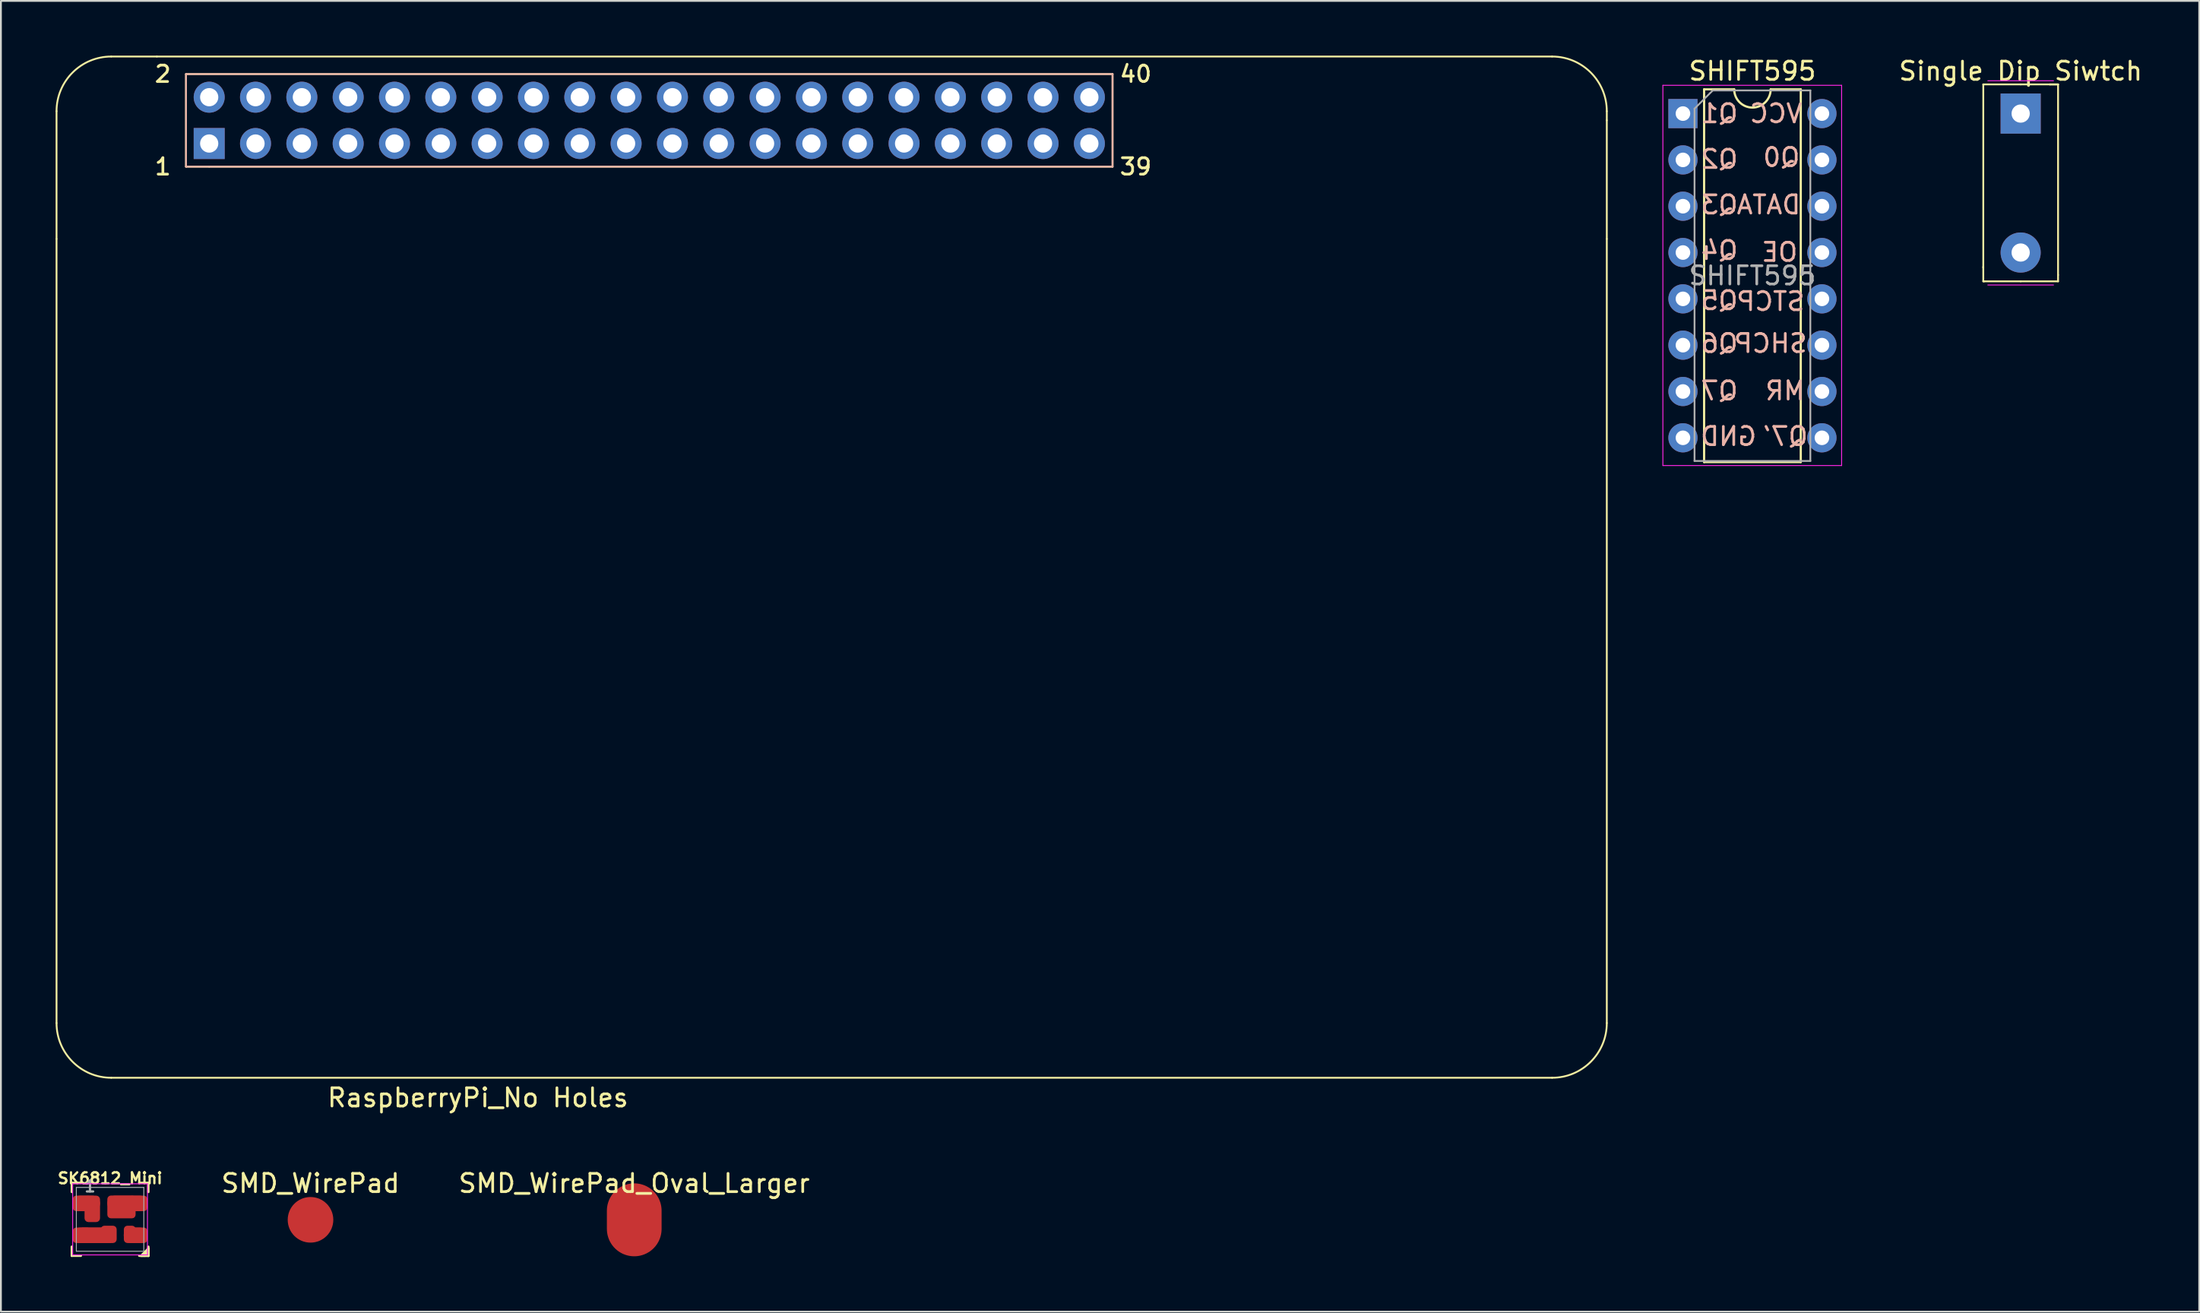
<source format=kicad_pcb>
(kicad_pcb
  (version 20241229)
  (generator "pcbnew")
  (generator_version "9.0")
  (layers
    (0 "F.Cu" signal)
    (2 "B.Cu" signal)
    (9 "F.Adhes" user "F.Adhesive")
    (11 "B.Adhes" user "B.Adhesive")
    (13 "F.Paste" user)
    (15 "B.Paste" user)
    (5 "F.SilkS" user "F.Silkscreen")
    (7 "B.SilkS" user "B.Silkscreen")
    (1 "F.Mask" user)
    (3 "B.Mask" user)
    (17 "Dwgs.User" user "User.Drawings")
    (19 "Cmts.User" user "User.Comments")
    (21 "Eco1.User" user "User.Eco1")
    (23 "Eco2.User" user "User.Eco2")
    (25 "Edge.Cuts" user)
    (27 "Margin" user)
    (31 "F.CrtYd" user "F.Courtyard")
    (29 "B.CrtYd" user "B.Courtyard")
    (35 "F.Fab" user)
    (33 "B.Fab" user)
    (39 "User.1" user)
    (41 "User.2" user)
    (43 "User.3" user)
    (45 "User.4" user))
  (footprint "RaspberryPi_No Holes"
    (layer "F.Cu")
    (at 42.55 31.55)
    (property "Reference" "RaspberryPi_No Holes" (at -19.398 25.594 0) (layer "F.SilkS") (effects (font (size 1 1) (thickness 0.15))))
    (attr through_hole)
    (fp_line (start -42.5 -21.5) (end -42.5 -28.5) (stroke (width 0.1) (type solid)) (layer "F.SilkS"))
    (fp_line (start -42.5 21.5) (end -42.5 -21.5) (stroke (width 0.1) (type solid)) (layer "F.SilkS"))
    (fp_line (start -39.5 -31.5) (end -37 -31.5) (stroke (width 0.1) (type solid)) (layer "F.SilkS"))
    (fp_line (start -35.4 -30.54) (end -35.4 -25.46) (stroke (width 0.1) (type solid)) (layer "F.SilkS"))
    (fp_line (start -35.4 -25.46) (end -34.13 -25.46) (stroke (width 0.1) (type solid)) (layer "F.SilkS"))
    (fp_line (start -34.13 -25.46) (end 15.4 -25.46) (stroke (width 0.1) (type solid)) (layer "F.SilkS"))
    (fp_line (start 15.4 -30.54) (end -35.4 -30.54) (stroke (width 0.1) (type solid)) (layer "F.SilkS"))
    (fp_line (start 15.4 -25.46) (end 15.4 -30.54) (stroke (width 0.1) (type solid)) (layer "F.SilkS"))
    (fp_line (start 39.5 -31.5) (end -37 -31.5) (stroke (width 0.1) (type solid)) (layer "F.SilkS"))
    (fp_line (start 39.5 24.5) (end -39.5 24.5) (stroke (width 0.1) (type solid)) (layer "F.SilkS"))
    (fp_line (start 42.5 -28) (end 42.5 -28.5) (stroke (width 0.1) (type solid)) (layer "F.SilkS"))
    (fp_line (start 42.5 -21.5) (end 42.5 -28) (stroke (width 0.1) (type solid)) (layer "F.SilkS"))
    (fp_line (start 42.5 -21.5) (end 42.5 21.5) (stroke (width 0.1) (type solid)) (layer "F.SilkS"))
    (fp_arc (start -42.5 -28.5) (mid -41.62132 -30.62132) (end -39.5 -31.5) (stroke (width 0.1) (type solid)) (layer "F.SilkS"))
    (fp_arc (start -39.5 24.5) (mid -41.62132 23.62132) (end -42.5 21.5) (stroke (width 0.1) (type solid)) (layer "F.SilkS"))
    (fp_arc (start 39.5 -31.5) (mid 41.62132 -30.62132) (end 42.5 -28.5) (stroke (width 0.1) (type solid)) (layer "F.SilkS"))
    (fp_arc (start 42.5 21.5) (mid 41.62132 23.62132) (end 39.5 24.5) (stroke (width 0.1) (type solid)) (layer "F.SilkS"))
    (fp_line (start -35.4 -30.54) (end 15.4 -30.54) (stroke (width 0.1) (type solid)) (layer "B.SilkS"))
    (fp_line (start -35.4 -25.46) (end -35.4 -30.54) (stroke (width 0.1) (type solid)) (layer "B.SilkS"))
    (fp_line (start 15.4 -30.54) (end 15.4 -25.46) (stroke (width 0.1) (type solid)) (layer "B.SilkS"))
    (fp_line (start 15.4 -25.46) (end -35.4 -25.46) (stroke (width 0.1) (type solid)) (layer "B.SilkS"))
    (fp_text user "1" (at -36.67 -25.46 0) (layer "F.SilkS") (effects (font (size 0.9 0.9) (thickness 0.15))))
    (fp_text user "2" (at -36.67 -30.54 0) (layer "F.SilkS") (effects (font (size 0.9 0.9) (thickness 0.15))))
    (fp_text user "40" (at 16.67 -30.54 0) (layer "F.SilkS") (effects (font (size 0.9 0.9) (thickness 0.15))))
    (fp_text user "39" (at 16.67 -25.46 0) (layer "F.SilkS") (effects (font (size 0.9 0.9) (thickness 0.15))))
    (pad "1" thru_hole rect (at -34.13 -26.73) (size 1.7 1.7) (drill 1) (layers "*.Cu" "*.Mask"))
    (pad "2" thru_hole circle (at -34.13 -29.27) (size 1.7 1.7) (drill 1) (layers "*.Cu" "*.Mask"))
    (pad "3" thru_hole circle (at -31.59 -26.73) (size 1.7 1.7) (drill 1) (layers "*.Cu" "*.Mask"))
    (pad "4" thru_hole circle (at -31.59 -29.27) (size 1.7 1.7) (drill 1) (layers "*.Cu" "*.Mask"))
    (pad "5" thru_hole circle (at -29.05 -26.73) (size 1.7 1.7) (drill 1) (layers "*.Cu" "*.Mask"))
    (pad "6" thru_hole circle (at -29.05 -29.27) (size 1.7 1.7) (drill 1) (layers "*.Cu" "*.Mask"))
    (pad "7" thru_hole circle (at -26.51 -26.73) (size 1.7 1.7) (drill 1) (layers "*.Cu" "*.Mask"))
    (pad "8" thru_hole circle (at -26.51 -29.27) (size 1.7 1.7) (drill 1) (layers "*.Cu" "*.Mask"))
    (pad "9" thru_hole circle (at -23.97 -26.73) (size 1.7 1.7) (drill 1) (layers "*.Cu" "*.Mask"))
    (pad "10" thru_hole circle (at -23.97 -29.27) (size 1.7 1.7) (drill 1) (layers "*.Cu" "*.Mask"))
    (pad "11" thru_hole circle (at -21.43 -26.73) (size 1.7 1.7) (drill 1) (layers "*.Cu" "*.Mask"))
    (pad "12" thru_hole circle (at -21.43 -29.27) (size 1.7 1.7) (drill 1) (layers "*.Cu" "*.Mask"))
    (pad "13" thru_hole circle (at -18.89 -26.73) (size 1.7 1.7) (drill 1) (layers "*.Cu" "*.Mask"))
    (pad "14" thru_hole circle (at -18.89 -29.27) (size 1.7 1.7) (drill 1) (layers "*.Cu" "*.Mask"))
    (pad "15" thru_hole circle (at -16.35 -26.73) (size 1.7 1.7) (drill 1) (layers "*.Cu" "*.Mask"))
    (pad "16" thru_hole circle (at -16.35 -29.27) (size 1.7 1.7) (drill 1) (layers "*.Cu" "*.Mask"))
    (pad "17" thru_hole circle (at -13.81 -26.73) (size 1.7 1.7) (drill 1) (layers "*.Cu" "*.Mask"))
    (pad "18" thru_hole circle (at -13.81 -29.27) (size 1.7 1.7) (drill 1) (layers "*.Cu" "*.Mask"))
    (pad "19" thru_hole circle (at -11.27 -26.73) (size 1.7 1.7) (drill 1) (layers "*.Cu" "*.Mask"))
    (pad "20" thru_hole circle (at -11.27 -29.27) (size 1.7 1.7) (drill 1) (layers "*.Cu" "*.Mask"))
    (pad "21" thru_hole circle (at -8.73 -26.73) (size 1.7 1.7) (drill 1) (layers "*.Cu" "*.Mask"))
    (pad "22" thru_hole circle (at -8.73 -29.27) (size 1.7 1.7) (drill 1) (layers "*.Cu" "*.Mask"))
    (pad "23" thru_hole circle (at -6.19 -26.73) (size 1.7 1.7) (drill 1) (layers "*.Cu" "*.Mask"))
    (pad "24" thru_hole circle (at -6.19 -29.27) (size 1.7 1.7) (drill 1) (layers "*.Cu" "*.Mask"))
    (pad "25" thru_hole circle (at -3.65 -26.73) (size 1.7 1.7) (drill 1) (layers "*.Cu" "*.Mask"))
    (pad "26" thru_hole circle (at -3.65 -29.27) (size 1.7 1.7) (drill 1) (layers "*.Cu" "*.Mask"))
    (pad "27" thru_hole circle (at -1.11 -26.73) (size 1.7 1.7) (drill 1) (layers "*.Cu" "*.Mask"))
    (pad "28" thru_hole circle (at -1.11 -29.27) (size 1.7 1.7) (drill 1) (layers "*.Cu" "*.Mask"))
    (pad "29" thru_hole circle (at 1.43 -26.73) (size 1.7 1.7) (drill 1) (layers "*.Cu" "*.Mask"))
    (pad "30" thru_hole circle (at 1.43 -29.27) (size 1.7 1.7) (drill 1) (layers "*.Cu" "*.Mask"))
    (pad "31" thru_hole circle (at 3.97 -26.73) (size 1.7 1.7) (drill 1) (layers "*.Cu" "*.Mask"))
    (pad "32" thru_hole circle (at 3.97 -29.27) (size 1.7 1.7) (drill 1) (layers "*.Cu" "*.Mask"))
    (pad "33" thru_hole circle (at 6.51 -26.73) (size 1.7 1.7) (drill 1) (layers "*.Cu" "*.Mask"))
    (pad "34" thru_hole circle (at 6.51 -29.27) (size 1.7 1.7) (drill 1) (layers "*.Cu" "*.Mask"))
    (pad "35" thru_hole circle (at 9.05 -26.73) (size 1.7 1.7) (drill 1) (layers "*.Cu" "*.Mask"))
    (pad "36" thru_hole circle (at 9.05 -29.27) (size 1.7 1.7) (drill 1) (layers "*.Cu" "*.Mask"))
    (pad "37" thru_hole circle (at 11.59 -26.73) (size 1.7 1.7) (drill 1) (layers "*.Cu" "*.Mask"))
    (pad "38" thru_hole circle (at 11.59 -29.27) (size 1.7 1.7) (drill 1) (layers "*.Cu" "*.Mask"))
    (pad "39" thru_hole circle (at 14.13 -26.73) (size 1.7 1.7) (drill 1) (layers "*.Cu" "*.Mask"))
    (pad "40" thru_hole circle (at 14.13 -29.27) (size 1.7 1.7) (drill 1) (layers "*.Cu" "*.Mask")))
  (footprint "Single Dip Siwtch"
    (layer "F.Cu")
    (at 107.742 3.178)
    (property "Reference" "Single Dip Siwtch" (at 0 -2.33 0) (layer "F.SilkS") (effects (font (size 1 1) (thickness 0.15))))
    (attr through_hole)
    (fp_line (start -2.05 -1.6) (end -2.05 8.45) (stroke (width 0.1) (type solid)) (layer "F.SilkS"))
    (fp_line (start -2.05 -1.6) (end 0 -1.6) (stroke (width 0.1) (type solid)) (layer "F.SilkS"))
    (fp_line (start -2.05 9.2) (end -2.05 8.4) (stroke (width 0.1) (type solid)) (layer "F.SilkS"))
    (fp_line (start -2 9.2) (end -2.05 9.2) (stroke (width 0.1) (type solid)) (layer "F.SilkS"))
    (fp_line (start 0 -1.6) (end 1.6 -1.6) (stroke (width 0.1) (type solid)) (layer "F.SilkS"))
    (fp_line (start 0 9.2) (end -2 9.2) (stroke (width 0.1) (type solid)) (layer "F.SilkS"))
    (fp_line (start 0 9.2) (end 2.05 9.2) (stroke (width 0.1) (type solid)) (layer "F.SilkS"))
    (fp_line (start 1.6 -1.6) (end 2.05 -1.6) (stroke (width 0.1) (type solid)) (layer "F.SilkS"))
    (fp_line (start 2.05 -1.6) (end 1.6 -1.6) (stroke (width 0.1) (type solid)) (layer "F.SilkS"))
    (fp_line (start 2.05 -1.6) (end 2.05 8.85) (stroke (width 0.1) (type solid)) (layer "F.SilkS"))
    (fp_line (start 2.05 9.2) (end 2.05 8.85) (stroke (width 0.1) (type solid)) (layer "F.SilkS"))
    (fp_line (start -1.8 9.4) (end 1.8 9.4) (stroke (width 0.05) (type solid)) (layer "F.CrtYd"))
    (fp_line (start 1.8 -1.8) (end -1.8 -1.8) (stroke (width 0.05) (type solid)) (layer "F.CrtYd"))
    (pad "1" thru_hole rect (at 0 0) (size 2.2 2.2) (drill 1) (layers "*.Cu" "*.Mask"))
    (pad "2" thru_hole oval (at 0 7.62) (size 2.2 2.2) (drill 1) (layers "*.Cu" "*.Mask")))
  (footprint "SHIFT595"
    (layer "F.Cu")
    (at 89.225 3.178)
    (property "Reference" "SHIFT595" (at 3.81 -2.33 0) (layer "F.SilkS") (effects (font (size 1 1) (thickness 0.15))))
    (attr through_hole)
    (fp_line (start 1.16 -1.33) (end 1.16 19.11) (stroke (width 0.12) (type solid)) (layer "F.SilkS"))
    (fp_line (start 1.16 19.11) (end 6.46 19.11) (stroke (width 0.12) (type solid)) (layer "F.SilkS"))
    (fp_line (start 2.81 -1.33) (end 1.16 -1.33) (stroke (width 0.12) (type solid)) (layer "F.SilkS"))
    (fp_line (start 6.46 -1.33) (end 4.81 -1.33) (stroke (width 0.12) (type solid)) (layer "F.SilkS"))
    (fp_line (start 6.46 19.11) (end 6.46 -1.33) (stroke (width 0.12) (type solid)) (layer "F.SilkS"))
    (fp_arc (start 4.81 -1.33) (mid 3.81 -0.33) (end 2.81 -1.33) (stroke (width 0.12) (type solid)) (layer "F.SilkS"))
    (fp_line (start -1.1 -1.55) (end -1.1 19.3) (stroke (width 0.05) (type solid)) (layer "F.CrtYd"))
    (fp_line (start -1.1 19.3) (end 8.7 19.3) (stroke (width 0.05) (type solid)) (layer "F.CrtYd"))
    (fp_line (start 8.7 -1.55) (end -1.1 -1.55) (stroke (width 0.05) (type solid)) (layer "F.CrtYd"))
    (fp_line (start 8.7 19.3) (end 8.7 -1.55) (stroke (width 0.05) (type solid)) (layer "F.CrtYd"))
    (fp_line (start 0.635 -0.27) (end 1.635 -1.27) (stroke (width 0.1) (type solid)) (layer "F.Fab"))
    (fp_line (start 0.635 19.05) (end 0.635 -0.27) (stroke (width 0.1) (type solid)) (layer "F.Fab"))
    (fp_line (start 1.635 -1.27) (end 6.985 -1.27) (stroke (width 0.1) (type solid)) (layer "F.Fab"))
    (fp_line (start 6.985 -1.27) (end 6.985 19.05) (stroke (width 0.1) (type solid)) (layer "F.Fab"))
    (fp_line (start 6.985 19.05) (end 0.635 19.05) (stroke (width 0.1) (type solid)) (layer "F.Fab"))
    (fp_text user "SHCP" (at 4.8 12.6 0) (layer "B.SilkS") (effects (font (size 1 1) (thickness 0.15)) (justify mirror)))
    (fp_text user "Q6" (at 2 12.6 0) (layer "B.SilkS") (effects (font (size 1 1) (thickness 0.15)) (justify mirror)))
    (fp_text user "Q4" (at 2 7.5 0) (layer "B.SilkS") (effects (font (size 1 1) (thickness 0.15)) (justify mirror)))
    (fp_text user "OE" (at 5.3 7.6 0) (layer "B.SilkS") (effects (font (size 1 1) (thickness 0.15)) (justify mirror)))
    (fp_text user "Q5" (at 2 10.25 0) (layer "B.SilkS") (effects (font (size 1 1) (thickness 0.15)) (justify mirror)))
    (fp_text user "DATA" (at 4.7 5 0) (layer "B.SilkS") (effects (font (size 1 1) (thickness 0.15)) (justify mirror)))
    (fp_text user "Q3" (at 2 5 0) (layer "B.SilkS") (effects (font (size 1 1) (thickness 0.15)) (justify mirror)))
    (fp_text user "MR" (at 5.6 15.2 0) (layer "B.SilkS") (effects (font (size 1 1) (thickness 0.15)) (justify mirror)))
    (fp_text user "GND" (at 2.5 17.7 0) (layer "B.SilkS") (effects (font (size 1 1) (thickness 0.15)) (justify mirror)))
    (fp_text user "Q7'" (at 5.6 17.7 0) (layer "B.SilkS") (effects (font (size 1 1) (thickness 0.15)) (justify mirror)))
    (fp_text user "VCC" (at 5.1 0 0) (layer "B.SilkS") (effects (font (size 1 1) (thickness 0.15)) (justify mirror)))
    (fp_text user "Q1" (at 2 0 0) (layer "B.SilkS") (effects (font (size 1 1) (thickness 0.15)) (justify mirror)))
    (fp_text user "Q2" (at 2 2.5 0) (layer "B.SilkS") (effects (font (size 1 1) (thickness 0.15)) (justify mirror)))
    (fp_text user "Q7" (at 2 15.2 0) (layer "B.SilkS") (effects (font (size 1 1) (thickness 0.15)) (justify mirror)))
    (fp_text user "STCP" (at 4.8 10.3 0) (layer "B.SilkS") (effects (font (size 1 1) (thickness 0.15)) (justify mirror)))
    (fp_text user "Q0" (at 5.4 2.4 0) (layer "B.SilkS") (effects (font (size 1 1) (thickness 0.15)) (justify mirror)))
    (fp_text user "${REFERENCE}" (at 3.81 8.89 0) (layer "F.Fab") (effects (font (size 1 1) (thickness 0.15))))
    (pad "1" thru_hole rect (at 0 0) (size 1.6 1.6) (drill 0.8) (layers "*.Cu" "*.Mask"))
    (pad "2" thru_hole oval (at 0 2.54) (size 1.6 1.6) (drill 0.8) (layers "*.Cu" "*.Mask"))
    (pad "3" thru_hole oval (at 0 5.08) (size 1.6 1.6) (drill 0.8) (layers "*.Cu" "*.Mask"))
    (pad "4" thru_hole oval (at 0 7.62) (size 1.6 1.6) (drill 0.8) (layers "*.Cu" "*.Mask"))
    (pad "5" thru_hole oval (at 0 10.16) (size 1.6 1.6) (drill 0.8) (layers "*.Cu" "*.Mask"))
    (pad "6" thru_hole oval (at 0 12.7) (size 1.6 1.6) (drill 0.8) (layers "*.Cu" "*.Mask"))
    (pad "7" thru_hole oval (at 0 15.24) (size 1.6 1.6) (drill 0.8) (layers "*.Cu" "*.Mask"))
    (pad "8" thru_hole oval (at 0 17.78) (size 1.6 1.6) (drill 0.8) (layers "*.Cu" "*.Mask"))
    (pad "9" thru_hole oval (at 7.62 17.78) (size 1.6 1.6) (drill 0.8) (layers "*.Cu" "*.Mask"))
    (pad "10" thru_hole oval (at 7.62 15.24) (size 1.6 1.6) (drill 0.8) (layers "*.Cu" "*.Mask"))
    (pad "11" thru_hole oval (at 7.62 12.7) (size 1.6 1.6) (drill 0.8) (layers "*.Cu" "*.Mask"))
    (pad "12" thru_hole oval (at 7.62 10.16) (size 1.6 1.6) (drill 0.8) (layers "*.Cu" "*.Mask"))
    (pad "13" thru_hole oval (at 7.62 7.62) (size 1.6 1.6) (drill 0.8) (layers "*.Cu" "*.Mask"))
    (pad "14" thru_hole oval (at 7.62 5.08) (size 1.6 1.6) (drill 0.8) (layers "*.Cu" "*.Mask"))
    (pad "15" thru_hole oval (at 7.62 2.54) (size 1.6 1.6) (drill 0.8) (layers "*.Cu" "*.Mask"))
    (pad "16" thru_hole oval (at 7.62 0) (size 1.6 1.6) (drill 0.8) (layers "*.Cu" "*.Mask")))
  (footprint "SK6812_Mini"
    (layer "F.Cu")
    (at 2.985 63.813)
    (property "Reference" "SK6812_Mini" (at 0 -2.25 0) (layer "F.SilkS") (effects (font (size 0.6 0.6) (thickness 0.125))))
    (attr smd)
    (fp_line (start -2.1 -2) (end -2.1 -1.5) (stroke (width 0.125) (type solid)) (layer "F.SilkS"))
    (fp_line (start -2.1 -2) (end -1.6 -2) (stroke (width 0.125) (type solid)) (layer "F.SilkS"))
    (fp_line (start -2.1 2) (end -2.1 1.5) (stroke (width 0.125) (type solid)) (layer "F.SilkS"))
    (fp_line (start -2.1 2) (end -1.6 2) (stroke (width 0.125) (type solid)) (layer "F.SilkS"))
    (fp_line (start 1.7 2) (end 2.1 1.6) (stroke (width 0.125) (type solid)) (layer "F.SilkS"))
    (fp_line (start 2.1 -2) (end 1.6 -2) (stroke (width 0.125) (type solid)) (layer "F.SilkS"))
    (fp_line (start 2.1 -2) (end 2.1 -1.5) (stroke (width 0.125) (type solid)) (layer "F.SilkS"))
    (fp_line (start 2.1 1.6) (end 2.1 2) (stroke (width 0.125) (type solid)) (layer "F.SilkS"))
    (fp_line (start 2.1 1.7) (end 1.8 2) (stroke (width 0.125) (type solid)) (layer "F.SilkS"))
    (fp_line (start 2.1 1.8) (end 1.9 2) (stroke (width 0.125) (type solid)) (layer "F.SilkS"))
    (fp_line (start 2.1 2) (end 1.6 2) (stroke (width 0.125) (type solid)) (layer "F.SilkS"))
    (fp_line (start 2.1 2) (end 1.7 2) (stroke (width 0.125) (type solid)) (layer "F.SilkS"))
    (fp_line (start 2.1 2) (end 2.1 1.5) (stroke (width 0.125) (type solid)) (layer "F.SilkS"))
    (fp_line (start -2.05 -1.95) (end 2.05 -1.95) (stroke (width 0.05) (type solid)) (layer "F.CrtYd"))
    (fp_line (start -2.05 1.95) (end -2.05 -1.95) (stroke (width 0.05) (type solid)) (layer "F.CrtYd"))
    (fp_line (start 2.05 -1.95) (end 2.05 1.95) (stroke (width 0.05) (type solid)) (layer "F.CrtYd"))
    (fp_line (start 2.05 1.95) (end -2.05 1.95) (stroke (width 0.05) (type solid)) (layer "F.CrtYd"))
    (fp_line (start -1.85 -1.75) (end 1.85 -1.75) (stroke (width 0.05) (type solid)) (layer "F.Fab"))
    (fp_line (start -1.85 1.75) (end -1.85 -1.75) (stroke (width 0.05) (type solid)) (layer "F.Fab"))
    (fp_line (start 1.85 -1.75) (end 1.85 1.75) (stroke (width 0.05) (type solid)) (layer "F.Fab"))
    (fp_line (start 1.85 1.75) (end -1.85 1.75) (stroke (width 0.05) (type solid)) (layer "F.Fab"))
    (fp_text user "1" (at -1.1 -1.8 0) (layer "F.Fab") (effects (font (size 0.6 0.6) (thickness 0.125))))
    (pad "1" smd roundrect (at -1.55 -0.875) (size 1 0.85) (layers "F.Cu" "F.Mask") (roundrect_rratio 0.235))
    (pad "1" smd oval (at -1.3 -0.875) (size 1.5 0.85) (layers "F.Cu" "F.Paste"))
    (pad "1" smd roundrect (at -0.975 -0.575) (size 0.85 1.45) (layers "F.Cu" "F.Mask") (roundrect_rratio 0.25))
    (pad "2" smd roundrect (at -1.55 0.875) (size 1 0.85) (layers "F.Cu" "F.Mask") (roundrect_rratio 0.235))
    (pad "2" smd oval (at -0.95 0.875) (size 2.2 0.85) (layers "F.Cu" "F.Paste"))
    (pad "2" smd rect (at -0.75 0.875) (size 1.6 0.85) (layers "F.Cu" "F.Mask"))
    (pad "2" smd roundrect (at -0.075 0.825) (size 0.875 0.95) (layers "F.Cu" "F.Mask") (roundrect_rratio 0.235))
    (pad "3" smd roundrect (at 1.08 0.825) (size 0.65 0.95) (layers "F.Cu" "F.Mask") (roundrect_rratio 0.307))
    (pad "3" smd oval (at 1.4 0.875) (size 1.3 0.85) (layers "F.Cu" "F.Paste"))
    (pad "3" smd roundrect (at 1.55 0.875) (size 1 0.85) (layers "F.Cu" "F.Mask") (roundrect_rratio 0.235))
    (pad "4" smd roundrect (at 0.625 -0.68) (size 1.55 1.25) (layers "F.Cu" "F.Mask") (roundrect_rratio 0.16))
    (pad "4" smd oval (at 0.95 -0.875) (size 2.2 0.85) (layers "F.Cu" "F.Paste"))
    (pad "4" smd roundrect (at 1.55 -0.875) (size 1 0.85) (layers "F.Cu" "F.Mask") (roundrect_rratio 0.235)))
  (footprint "SMD_WirePad"
    (layer "F.Cu")
    (at 13.975 61.34)
    (property "Reference" "SMD_WirePad" (at 0 0.5 0) (layer "F.SilkS") (effects (font (size 1 1) (thickness 0.15))))
    (attr through_hole)
    (pad "1" smd circle (at 0 2.5) (size 2.5 2.5) (layers "F.Cu" "F.Mask" "F.Paste")))
  (footprint "SMD_WirePad_Oval_Larger"
    (layer "F.Cu")
    (at 31.725 61.34)
    (property "Reference" "SMD_WirePad_Oval_Larger" (at 0 0.5 0) (layer "F.SilkS") (effects (font (size 1 1) (thickness 0.15))))
    (attr through_hole)
    (pad "1" smd oval (at 0 2.5) (size 3 4) (layers "F.Cu" "F.Mask" "F.Paste")))
  (gr_rect
    (start -3 -3)
    (end 117.533 68.875)
    (stroke (width 0.1) (type default))
    (fill no)
    (layer "Edge.Cuts")))
</source>
